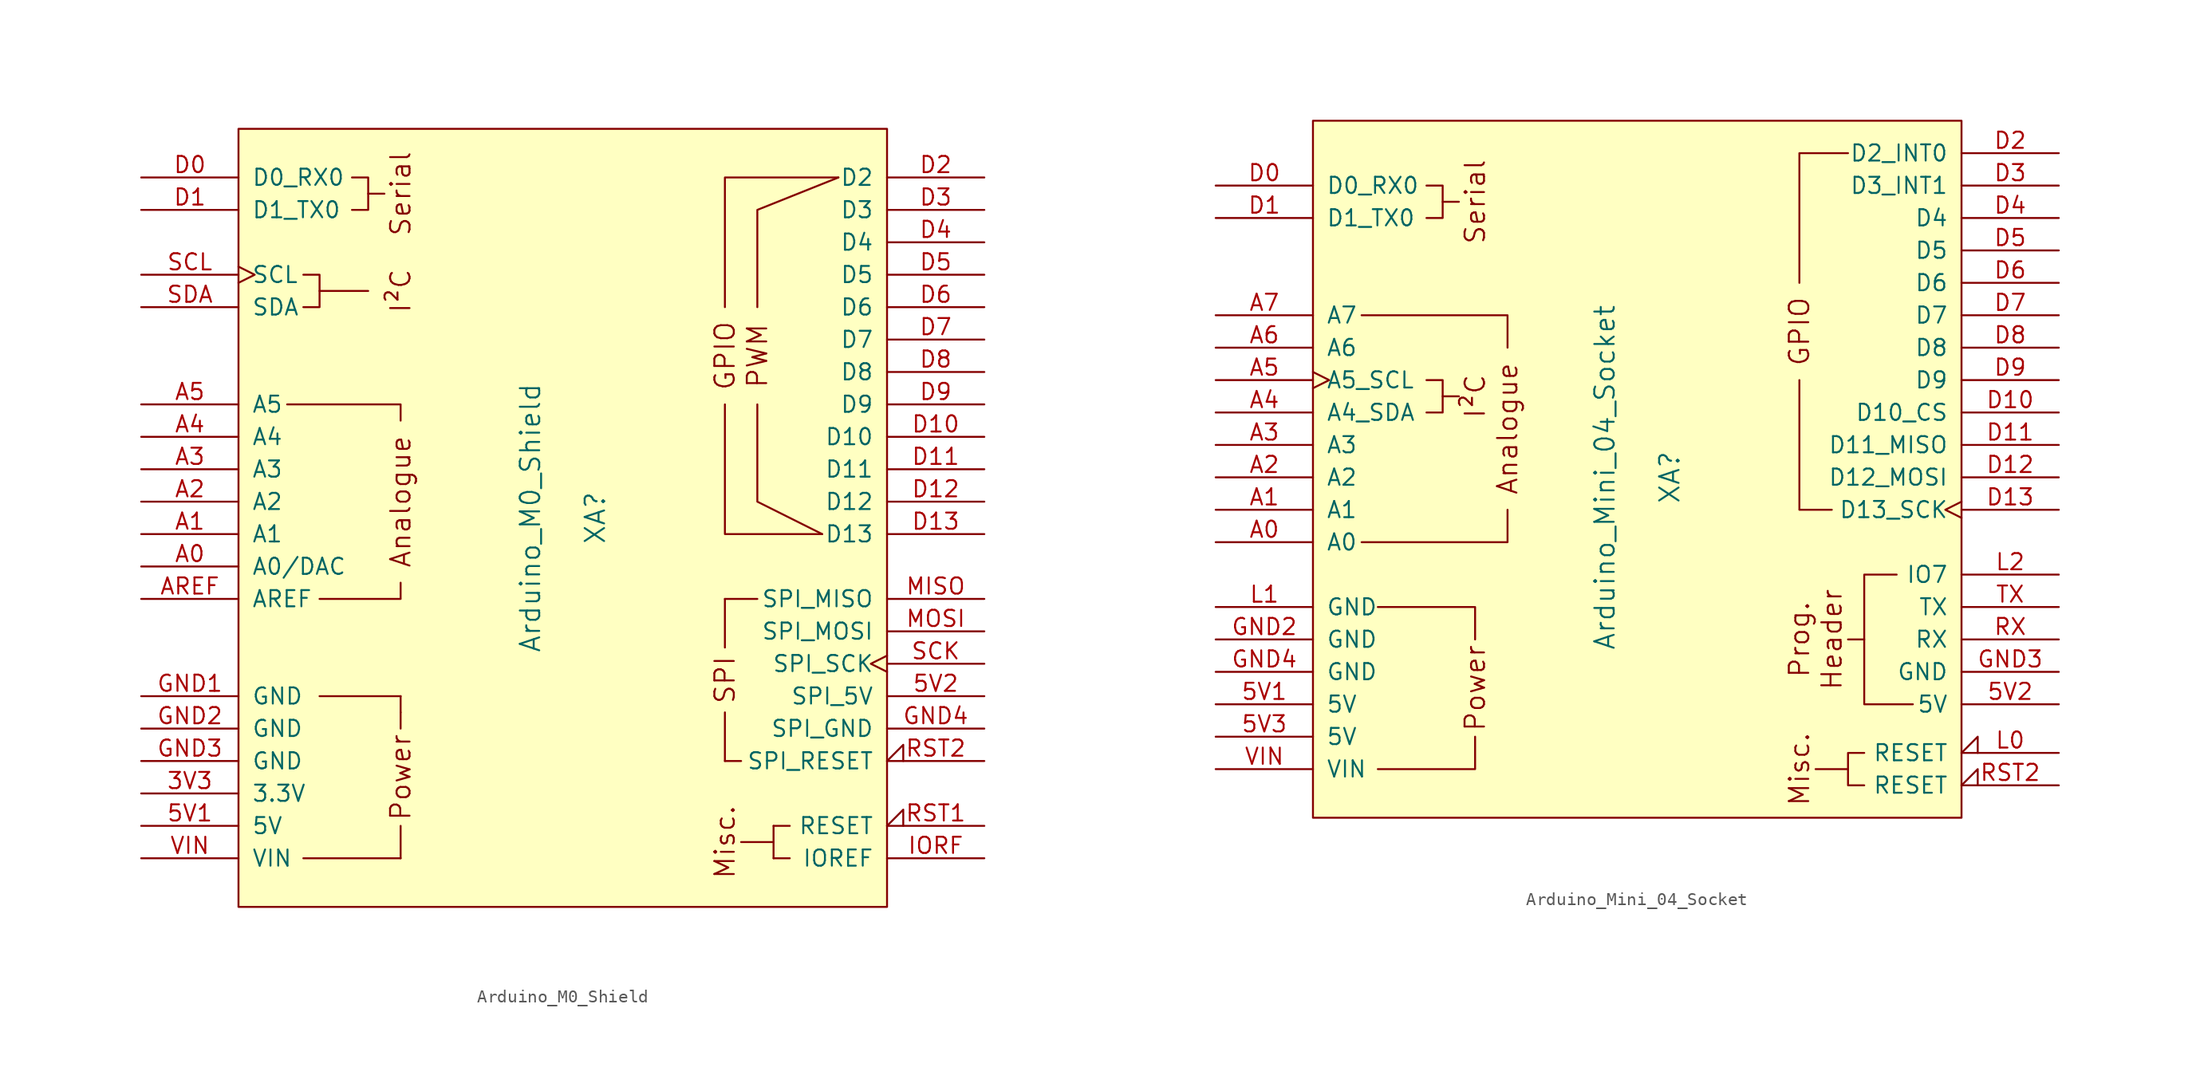
<source format=kicad_sym>
(kicad_symbol_lib
  (version 20220914)
  (generator kicad_symbol_editor)
  (symbol "Arduino_M0_Shield"
    (pin_names
      (offset 1.016))
    (property "Reference" "XA"
      (at 2.54 0 90)
      (effects (font (size 1.524 1.524))))
    (property "Value" "Arduino_M0_Shield"
      (at -2.54 0 90)
      (effects (font (size 1.524 1.524))))
    (symbol "Arduino_M0_Shield_0_0"
      (rectangle (start -25.4 30.48) (end 25.4 -30.48) (stroke (width 0) (type solid)) (fill (type background)))
      (rectangle (start -20.32 -26.67) (end -12.7 -26.67) (stroke (width 0) (type solid)) (fill (type none)))
      (rectangle (start -19.05 -13.97) (end -12.7 -13.97) (stroke (width 0) (type solid)) (fill (type none)))
      (polyline (pts (xy -19.05 17.78) (xy -15.24 17.78)) (stroke (width 0) (type solid)) (fill (type none)))
      (polyline (pts (xy -15.24 25.4) (xy -13.97 25.4)) (stroke (width 0) (type solid)) (fill (type none)))
      (polyline (pts (xy -12.7 -26.67) (xy -12.7 -24.13)) (stroke (width 0) (type solid)) (fill (type none)))
      (polyline (pts (xy -12.7 -15.24) (xy -12.7 -16.51)) (stroke (width 0) (type solid)) (fill (type none)))
      (polyline (pts (xy -12.7 -13.97) (xy -12.7 -15.24)) (stroke (width 0) (type solid)) (fill (type none)))
      (polyline (pts (xy -12.7 -5.08) (xy -12.7 -6.35) (xy -19.05 -6.35)) (stroke (width 0) (type solid)) (fill (type none)))
      (polyline (pts (xy -12.7 7.62) (xy -12.7 8.89) (xy -21.59 8.89)) (stroke (width 0) (type solid)) (fill (type none)))
      (polyline (pts (xy 12.7 8.89) (xy 12.7 -1.27) (xy 20.32 -1.27)) (stroke (width 0) (type solid)) (fill (type none)))
      (polyline (pts (xy 12.7 16.51) (xy 12.7 26.67) (xy 21.59 26.67)) (stroke (width 0) (type solid)) (fill (type none)))
      (polyline (pts (xy 15.24 8.89) (xy 15.24 1.27) (xy 20.32 -1.27)) (stroke (width 0) (type solid)) (fill (type none)))
      (polyline (pts (xy 15.24 16.51) (xy 15.24 24.13) (xy 21.59 26.67)) (stroke (width 0) (type solid)) (fill (type none)))
      (polyline (pts (xy -20.32 19.05) (xy -19.05 19.05) (xy -19.05 16.51) (xy -20.32 16.51)) (stroke (width 0) (type solid)) (fill (type none)))
      (polyline (pts (xy -16.51 26.67) (xy -15.24 26.67) (xy -15.24 24.13) (xy -16.51 24.13)) (stroke (width 0) (type solid)) (fill (type none)))
      (rectangle (start 12.7 -19.05) (end 12.7 -15.24) (stroke (width 0) (type solid)) (fill (type none)))
      (rectangle (start 12.7 -10.16) (end 12.7 -6.35) (stroke (width 0) (type solid)) (fill (type none)))
      (rectangle (start 13.97 -19.05) (end 12.7 -19.05) (stroke (width 0) (type solid)) (fill (type none)))
      (rectangle (start 15.24 -6.35) (end 12.7 -6.35) (stroke (width 0) (type solid)) (fill (type none)))
      (rectangle (start 16.51 -25.4) (end 13.97 -25.4) (stroke (width 0) (type solid)) (fill (type none)))
      (rectangle (start 16.51 -24.13) (end 16.51 -26.67) (stroke (width 0) (type solid)) (fill (type none)))
      (rectangle (start 17.78 -26.67) (end 16.51 -26.67) (stroke (width 0) (type solid)) (fill (type none)))
      (rectangle (start 17.78 -24.13) (end 16.51 -24.13) (stroke (width 0) (type solid)) (fill (type none)))
      (text "Analogue" (at -12.7 1.27 900) (effects (font (size 1.524 1.524))))
      (text "I²C" (at -12.7 17.78 900) (effects (font (size 1.524 1.524))))
      (text "Misc." (at 12.7 -25.4 900) (effects (font (size 1.524 1.524))))
      (text "Power" (at -12.7 -20.32 900) (effects (font (size 1.524 1.524))))
      (text "PWM" (at 15.24 12.7 900) (effects (font (size 1.524 1.524))))
      (text "Serial" (at -12.7 25.4 900) (effects (font (size 1.524 1.524))))
      (text "SPI" (at 12.7 -12.7 900) (effects (font (size 1.524 1.524)))))
    (symbol "Arduino_M0_Shield_1_0"
      (text "GPIO" (at 12.7 12.7 900) (effects (font (size 1.524 1.524)))))
    (symbol "Arduino_M0_Shield_1_1"
      (pin power_in line (at -33.02 -21.59 0) (length 7.62) (name "3.3V" (effects (font (size 1.27 1.27)))) (number "3V3" (effects (font (size 1.27 1.27)))))
      (pin power_in line (at -33.02 -24.13 0) (length 7.62) (name "5V" (effects (font (size 1.27 1.27)))) (number "5V1" (effects (font (size 1.27 1.27)))))
      (pin power_in line (at 33.02 -13.97 180) (length 7.62) (name "SPI_5V" (effects (font (size 1.27 1.27)))) (number "5V2" (effects (font (size 1.27 1.27)))))
      (pin bidirectional line (at -33.02 -3.81 0) (length 7.62) (name "A0/DAC" (effects (font (size 1.27 1.27)))) (number "A0" (effects (font (size 1.27 1.27)))))
      (pin bidirectional line (at -33.02 -1.27 0) (length 7.62) (name "A1" (effects (font (size 1.27 1.27)))) (number "A1" (effects (font (size 1.27 1.27)))))
      (pin bidirectional line (at -33.02 1.27 0) (length 7.62) (name "A2" (effects (font (size 1.27 1.27)))) (number "A2" (effects (font (size 1.27 1.27)))))
      (pin bidirectional line (at -33.02 3.81 0) (length 7.62) (name "A3" (effects (font (size 1.27 1.27)))) (number "A3" (effects (font (size 1.27 1.27)))))
      (pin bidirectional line (at -33.02 6.35 0) (length 7.62) (name "A4" (effects (font (size 1.27 1.27)))) (number "A4" (effects (font (size 1.27 1.27)))))
      (pin bidirectional line (at -33.02 8.89 0) (length 7.62) (name "A5" (effects (font (size 1.27 1.27)))) (number "A5" (effects (font (size 1.27 1.27)))))
      (pin input line (at -33.02 -6.35 0) (length 7.62) (name "AREF" (effects (font (size 1.27 1.27)))) (number "AREF" (effects (font (size 1.27 1.27)))))
      (pin bidirectional line (at -33.02 26.67 0) (length 7.62) (name "D0_RX0" (effects (font (size 1.27 1.27)))) (number "D0" (effects (font (size 1.27 1.27)))))
      (pin bidirectional line (at -33.02 24.13 0) (length 7.62) (name "D1_TX0" (effects (font (size 1.27 1.27)))) (number "D1" (effects (font (size 1.27 1.27)))))
      (pin bidirectional line (at 33.02 6.35 180) (length 7.62) (name "D10" (effects (font (size 1.27 1.27)))) (number "D10" (effects (font (size 1.27 1.27)))))
      (pin bidirectional line (at 33.02 3.81 180) (length 7.62) (name "D11" (effects (font (size 1.27 1.27)))) (number "D11" (effects (font (size 1.27 1.27)))))
      (pin bidirectional line (at 33.02 1.27 180) (length 7.62) (name "D12" (effects (font (size 1.27 1.27)))) (number "D12" (effects (font (size 1.27 1.27)))))
      (pin bidirectional line (at 33.02 -1.27 180) (length 7.62) (name "D13" (effects (font (size 1.27 1.27)))) (number "D13" (effects (font (size 1.27 1.27)))))
      (pin bidirectional line (at 33.02 26.67 180) (length 7.62) (name "D2" (effects (font (size 1.27 1.27)))) (number "D2" (effects (font (size 1.27 1.27)))))
      (pin bidirectional line (at 33.02 24.13 180) (length 7.62) (name "D3" (effects (font (size 1.27 1.27)))) (number "D3" (effects (font (size 1.27 1.27)))))
      (pin bidirectional line (at 33.02 21.59 180) (length 7.62) (name "D4" (effects (font (size 1.27 1.27)))) (number "D4" (effects (font (size 1.27 1.27)))))
      (pin bidirectional line (at 33.02 19.05 180) (length 7.62) (name "D5" (effects (font (size 1.27 1.27)))) (number "D5" (effects (font (size 1.27 1.27)))))
      (pin bidirectional line (at 33.02 16.51 180) (length 7.62) (name "D6" (effects (font (size 1.27 1.27)))) (number "D6" (effects (font (size 1.27 1.27)))))
      (pin bidirectional line (at 33.02 13.97 180) (length 7.62) (name "D7" (effects (font (size 1.27 1.27)))) (number "D7" (effects (font (size 1.27 1.27)))))
      (pin bidirectional line (at 33.02 11.43 180) (length 7.62) (name "D8" (effects (font (size 1.27 1.27)))) (number "D8" (effects (font (size 1.27 1.27)))))
      (pin bidirectional line (at 33.02 8.89 180) (length 7.62) (name "D9" (effects (font (size 1.27 1.27)))) (number "D9" (effects (font (size 1.27 1.27)))))
      (pin power_in line (at -33.02 -13.97 0) (length 7.62) (name "GND" (effects (font (size 1.27 1.27)))) (number "GND1" (effects (font (size 1.27 1.27)))))
      (pin power_in line (at -33.02 -16.51 0) (length 7.62) (name "GND" (effects (font (size 1.27 1.27)))) (number "GND2" (effects (font (size 1.27 1.27)))))
      (pin power_in line (at -33.02 -19.05 0) (length 7.62) (name "GND" (effects (font (size 1.27 1.27)))) (number "GND3" (effects (font (size 1.27 1.27)))))
      (pin power_in line (at 33.02 -16.51 180) (length 7.62) (name "SPI_GND" (effects (font (size 1.27 1.27)))) (number "GND4" (effects (font (size 1.27 1.27)))))
      (pin output line (at 33.02 -26.67 180) (length 7.62) (name "IOREF" (effects (font (size 1.27 1.27)))) (number "IORF" (effects (font (size 1.27 1.27)))))
      (pin input line (at 33.02 -6.35 180) (length 7.62) (name "SPI_MISO" (effects (font (size 1.27 1.27)))) (number "MISO" (effects (font (size 1.27 1.27)))))
      (pin output line (at 33.02 -8.89 180) (length 7.62) (name "SPI_MOSI" (effects (font (size 1.27 1.27)))) (number "MOSI" (effects (font (size 1.27 1.27)))))
      (pin open_collector input_low (at 33.02 -24.13 180) (length 7.62) (name "RESET" (effects (font (size 1.27 1.27)))) (number "RST1" (effects (font (size 1.27 1.27)))))
      (pin open_collector input_low (at 33.02 -19.05 180) (length 7.62) (name "SPI_RESET" (effects (font (size 1.27 1.27)))) (number "RST2" (effects (font (size 1.27 1.27)))))
      (pin output clock (at 33.02 -11.43 180) (length 7.62) (name "SPI_SCK" (effects (font (size 1.27 1.27)))) (number "SCK" (effects (font (size 1.27 1.27)))))
      (pin bidirectional clock (at -33.02 19.05 0) (length 7.62) (name "SCL" (effects (font (size 1.27 1.27)))) (number "SCL" (effects (font (size 1.27 1.27)))))
      (pin bidirectional line (at -33.02 16.51 0) (length 7.62) (name "SDA" (effects (font (size 1.27 1.27)))) (number "SDA" (effects (font (size 1.27 1.27)))))
      (pin power_in line (at -33.02 -26.67 0) (length 7.62) (name "VIN" (effects (font (size 1.27 1.27)))) (number "VIN" (effects (font (size 1.27 1.27)))))))
  (symbol "Arduino_Mini_04_Socket"
    (pin_names
      (offset 1.016))
    (property "Reference" "XA"
      (at 2.54 0 90)
      (effects (font (size 1.524 1.524))))
    (property "Value" "Arduino_Mini_04_Socket"
      (at -2.54 0 90)
      (effects (font (size 1.524 1.524))))
    (symbol "Arduino_Mini_04_Socket_0_0"
      (rectangle (start -25.4 27.94) (end 25.4 -26.67) (stroke (width 0) (type solid)) (fill (type background)))
      (polyline (pts (xy -15.24 6.35) (xy -13.97 6.35)) (stroke (width 0) (type solid)) (fill (type none)))
      (polyline (pts (xy -15.24 21.59) (xy -13.97 21.59)) (stroke (width 0) (type solid)) (fill (type none)))
      (polyline (pts (xy 16.51 -22.86) (xy 13.97 -22.86)) (stroke (width 0) (type solid)) (fill (type none)))
      (polyline (pts (xy -20.32 -22.86) (xy -12.7 -22.86) (xy -12.7 -20.32)) (stroke (width 0) (type solid)) (fill (type none)))
      (polyline (pts (xy -12.7 -12.7) (xy -12.7 -10.16) (xy -20.32 -10.16)) (stroke (width 0) (type solid)) (fill (type none)))
      (polyline (pts (xy -10.16 -2.54) (xy -10.16 -5.08) (xy -21.59 -5.08)) (stroke (width 0) (type solid)) (fill (type none)))
      (polyline (pts (xy -10.16 10.16) (xy -10.16 12.7) (xy -21.59 12.7)) (stroke (width 0) (type solid)) (fill (type none)))
      (polyline (pts (xy 17.78 -12.7) (xy 17.78 -17.78) (xy 21.59 -17.78)) (stroke (width 0) (type solid)) (fill (type none)))
      (polyline (pts (xy -16.51 7.62) (xy -15.24 7.62) (xy -15.24 5.08) (xy -16.51 5.08)) (stroke (width 0) (type solid)) (fill (type none)))
      (polyline (pts (xy -16.51 22.86) (xy -15.24 22.86) (xy -15.24 20.32) (xy -16.51 20.32)) (stroke (width 0) (type solid)) (fill (type none)))
      (polyline (pts (xy 20.32 -7.62) (xy 17.78 -7.62) (xy 17.78 -12.7) (xy 16.51 -12.7)) (stroke (width 0) (type solid)) (fill (type none)))
      (text "Analogue" (at -10.16 3.81 900) (effects (font (size 1.524 1.524))))
      (text "Header" (at 15.24 -12.7 900) (effects (font (size 1.524 1.524))))
      (text "I²C" (at -12.7 6.35 900) (effects (font (size 1.524 1.524))))
      (text "Misc." (at 12.7 -22.86 900) (effects (font (size 1.524 1.524))))
      (text "Power" (at -12.7 -16.51 900) (effects (font (size 1.524 1.524))))
      (text "Prog." (at 12.7 -12.7 900) (effects (font (size 1.524 1.524))))
      (text "Serial" (at -12.7 21.59 900) (effects (font (size 1.524 1.524)))))
    (symbol "Arduino_Mini_04_Socket_0_1"
      (polyline (pts (xy 15.24 -2.54) (xy 12.7 -2.54) (xy 12.7 7.62)) (stroke (width 0) (type solid)) (fill (type none)))
      (polyline (pts (xy 16.51 25.4) (xy 12.7 25.4) (xy 12.7 15.24)) (stroke (width 0) (type solid)) (fill (type none)))
      (polyline (pts (xy 17.78 -21.59) (xy 16.51 -21.59) (xy 16.51 -24.13) (xy 17.78 -24.13)) (stroke (width 0) (type solid)) (fill (type none))))
    (symbol "Arduino_Mini_04_Socket_1_0"
      (text "GPIO" (at 12.7 11.43 900) (effects (font (size 1.524 1.524)))))
    (symbol "Arduino_Mini_04_Socket_1_1"
      (pin power_in line (at -33.02 -17.78 0) (length 7.62) (name "5V" (effects (font (size 1.27 1.27)))) (number "5V1" (effects (font (size 1.27 1.27)))))
      (pin power_in line (at 33.02 -17.78 180) (length 7.62) (name "5V" (effects (font (size 1.27 1.27)))) (number "5V2" (effects (font (size 1.27 1.27)))))
      (pin power_in line (at -33.02 -20.32 0) (length 7.62) (name "5V" (effects (font (size 1.27 1.27)))) (number "5V3" (effects (font (size 1.27 1.27)))))
      (pin bidirectional line (at -33.02 -5.08 0) (length 7.62) (name "A0" (effects (font (size 1.27 1.27)))) (number "A0" (effects (font (size 1.27 1.27)))))
      (pin bidirectional line (at -33.02 -2.54 0) (length 7.62) (name "A1" (effects (font (size 1.27 1.27)))) (number "A1" (effects (font (size 1.27 1.27)))))
      (pin bidirectional line (at -33.02 0 0) (length 7.62) (name "A2" (effects (font (size 1.27 1.27)))) (number "A2" (effects (font (size 1.27 1.27)))))
      (pin bidirectional line (at -33.02 2.54 0) (length 7.62) (name "A3" (effects (font (size 1.27 1.27)))) (number "A3" (effects (font (size 1.27 1.27)))))
      (pin bidirectional line (at -33.02 5.08 0) (length 7.62) (name "A4_SDA" (effects (font (size 1.27 1.27)))) (number "A4" (effects (font (size 1.27 1.27)))))
      (pin bidirectional clock (at -33.02 7.62 0) (length 7.62) (name "A5_SCL" (effects (font (size 1.27 1.27)))) (number "A5" (effects (font (size 1.27 1.27)))))
      (pin input line (at -33.02 10.16 0) (length 7.62) (name "A6" (effects (font (size 1.27 1.27)))) (number "A6" (effects (font (size 1.27 1.27)))))
      (pin input line (at -33.02 12.7 0) (length 7.62) (name "A7" (effects (font (size 1.27 1.27)))) (number "A7" (effects (font (size 1.27 1.27)))))
      (pin bidirectional line (at -33.02 22.86 0) (length 7.62) (name "D0_RX0" (effects (font (size 1.27 1.27)))) (number "D0" (effects (font (size 1.27 1.27)))))
      (pin bidirectional line (at -33.02 20.32 0) (length 7.62) (name "D1_TX0" (effects (font (size 1.27 1.27)))) (number "D1" (effects (font (size 1.27 1.27)))))
      (pin bidirectional line (at 33.02 5.08 180) (length 7.62) (name "D10_CS" (effects (font (size 1.27 1.27)))) (number "D10" (effects (font (size 1.27 1.27)))))
      (pin bidirectional line (at 33.02 2.54 180) (length 7.62) (name "D11_MISO" (effects (font (size 1.27 1.27)))) (number "D11" (effects (font (size 1.27 1.27)))))
      (pin bidirectional line (at 33.02 0 180) (length 7.62) (name "D12_MOSI" (effects (font (size 1.27 1.27)))) (number "D12" (effects (font (size 1.27 1.27)))))
      (pin bidirectional clock (at 33.02 -2.54 180) (length 7.62) (name "D13_SCK" (effects (font (size 1.27 1.27)))) (number "D13" (effects (font (size 1.27 1.27)))))
      (pin bidirectional line (at 33.02 25.4 180) (length 7.62) (name "D2_INT0" (effects (font (size 1.27 1.27)))) (number "D2" (effects (font (size 1.27 1.27)))))
      (pin bidirectional line (at 33.02 22.86 180) (length 7.62) (name "D3_INT1" (effects (font (size 1.27 1.27)))) (number "D3" (effects (font (size 1.27 1.27)))))
      (pin bidirectional line (at 33.02 20.32 180) (length 7.62) (name "D4" (effects (font (size 1.27 1.27)))) (number "D4" (effects (font (size 1.27 1.27)))))
      (pin bidirectional line (at 33.02 17.78 180) (length 7.62) (name "D5" (effects (font (size 1.27 1.27)))) (number "D5" (effects (font (size 1.27 1.27)))))
      (pin bidirectional line (at 33.02 15.24 180) (length 7.62) (name "D6" (effects (font (size 1.27 1.27)))) (number "D6" (effects (font (size 1.27 1.27)))))
      (pin bidirectional line (at 33.02 12.7 180) (length 7.62) (name "D7" (effects (font (size 1.27 1.27)))) (number "D7" (effects (font (size 1.27 1.27)))))
      (pin bidirectional line (at 33.02 10.16 180) (length 7.62) (name "D8" (effects (font (size 1.27 1.27)))) (number "D8" (effects (font (size 1.27 1.27)))))
      (pin bidirectional line (at 33.02 7.62 180) (length 7.62) (name "D9" (effects (font (size 1.27 1.27)))) (number "D9" (effects (font (size 1.27 1.27)))))
      (pin power_in line (at -33.02 -12.7 0) (length 7.62) (name "GND" (effects (font (size 1.27 1.27)))) (number "GND2" (effects (font (size 1.27 1.27)))))
      (pin power_in line (at 33.02 -15.24 180) (length 7.62) (name "GND" (effects (font (size 1.27 1.27)))) (number "GND3" (effects (font (size 1.27 1.27)))))
      (pin power_in line (at -33.02 -15.24 0) (length 7.62) (name "GND" (effects (font (size 1.27 1.27)))) (number "GND4" (effects (font (size 1.27 1.27)))))
      (pin open_collector input_low (at 33.02 -21.59 180) (length 7.62) (name "RESET" (effects (font (size 1.27 1.27)))) (number "L0" (effects (font (size 1.27 1.27)))))
      (pin power_in line (at -33.02 -10.16 0) (length 7.62) (name "GND" (effects (font (size 1.27 1.27)))) (number "L1" (effects (font (size 1.27 1.27)))))
      (pin bidirectional line (at 33.02 -7.62 180) (length 7.62) (name "IO7" (effects (font (size 1.27 1.27)))) (number "L2" (effects (font (size 1.27 1.27)))))
      (pin open_collector input_low (at 33.02 -24.13 180) (length 7.62) (name "RESET" (effects (font (size 1.27 1.27)))) (number "RST2" (effects (font (size 1.27 1.27)))))
      (pin bidirectional line (at 33.02 -12.7 180) (length 7.62) (name "RX" (effects (font (size 1.27 1.27)))) (number "RX" (effects (font (size 1.27 1.27)))))
      (pin bidirectional line (at 33.02 -10.16 180) (length 7.62) (name "TX" (effects (font (size 1.27 1.27)))) (number "TX" (effects (font (size 1.27 1.27)))))
      (pin power_in line (at -33.02 -22.86 0) (length 7.62) (name "VIN" (effects (font (size 1.27 1.27)))) (number "VIN" (effects (font (size 1.27 1.27))))))))
</source>
